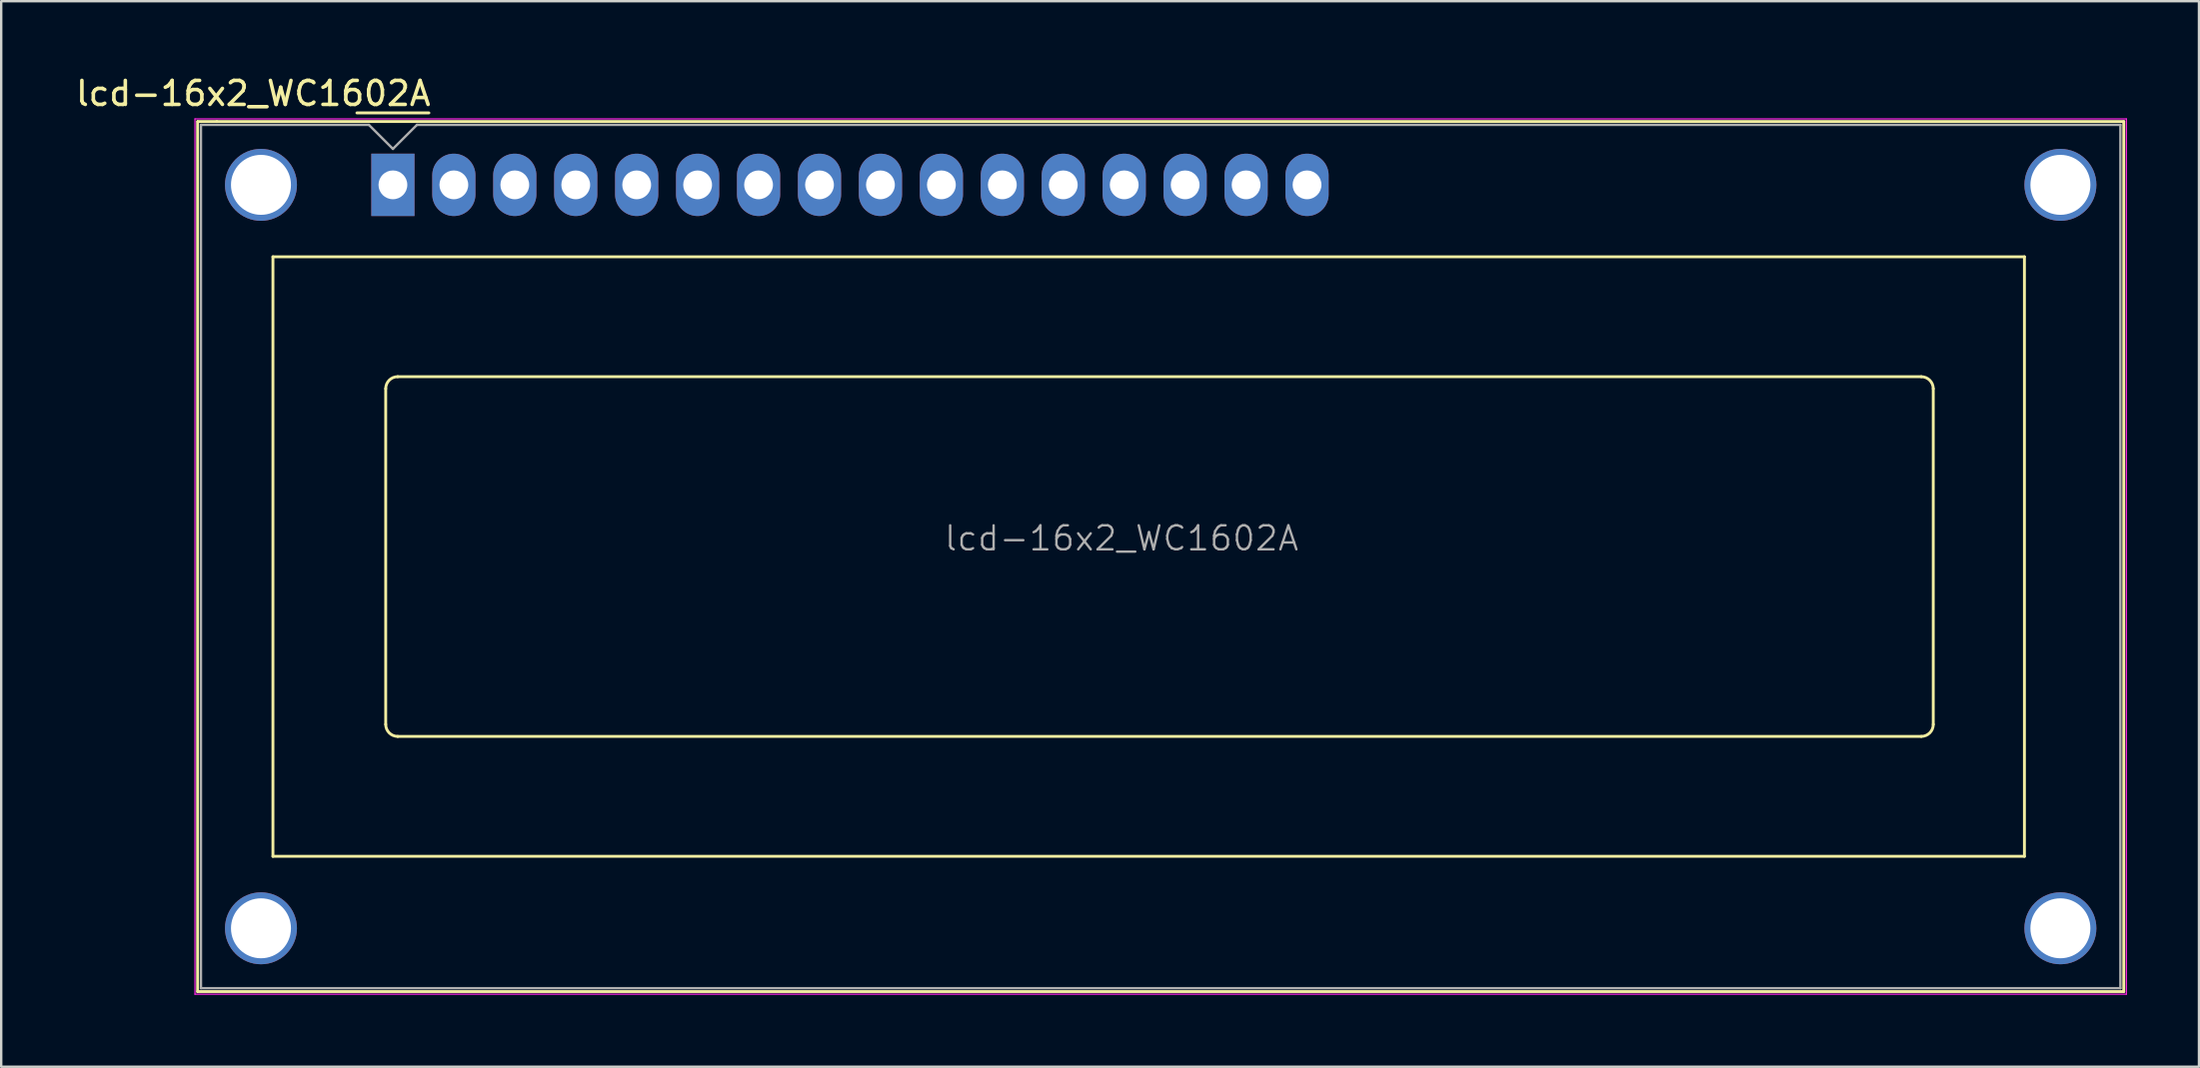
<source format=kicad_pcb>
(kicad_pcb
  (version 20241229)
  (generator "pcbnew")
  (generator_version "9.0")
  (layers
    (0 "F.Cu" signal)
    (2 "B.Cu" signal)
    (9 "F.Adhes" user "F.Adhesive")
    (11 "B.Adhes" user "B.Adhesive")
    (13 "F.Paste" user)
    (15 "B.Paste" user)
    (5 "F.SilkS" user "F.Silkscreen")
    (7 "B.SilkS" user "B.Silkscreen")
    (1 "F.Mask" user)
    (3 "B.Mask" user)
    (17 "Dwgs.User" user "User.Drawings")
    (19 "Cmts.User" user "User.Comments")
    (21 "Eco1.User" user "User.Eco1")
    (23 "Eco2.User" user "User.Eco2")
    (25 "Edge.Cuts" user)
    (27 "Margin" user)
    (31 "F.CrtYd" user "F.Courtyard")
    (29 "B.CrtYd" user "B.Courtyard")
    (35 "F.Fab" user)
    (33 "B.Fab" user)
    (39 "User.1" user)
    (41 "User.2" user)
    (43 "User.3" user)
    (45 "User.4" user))
  (footprint "lcd-16x2_WC1602A"
    (layer "F.Cu")
    (at 13.326 4.658)
    (property "Reference" "lcd-16x2_WC1602A" (at -5.82 -3.81 0) (layer "F.SilkS") (effects (font (size 1 1) (thickness 0.15))))
    (attr through_hole)
    (fp_line (start -8.14 -2.64) (end -8.14 33.64) (stroke (width 0.12) (type solid)) (layer "F.SilkS"))
    (fp_line (start -8.14 33.64) (end 72.14 33.64) (stroke (width 0.12) (type solid)) (layer "F.SilkS"))
    (fp_line (start -8.13 -2.64) (end -7.34 -2.64) (stroke (width 0.12) (type solid)) (layer "F.SilkS"))
    (fp_line (start -5 3) (end 68 3) (stroke (width 0.12) (type solid)) (layer "F.SilkS"))
    (fp_line (start -5 28) (end -5 3) (stroke (width 0.12) (type solid)) (layer "F.SilkS"))
    (fp_line (start -1.5 -3) (end 1.5 -3) (stroke (width 0.12) (type solid)) (layer "F.SilkS"))
    (fp_line (start -0.3 22.499) (end -0.3 8.5) (stroke (width 0.12) (type solid)) (layer "F.SilkS"))
    (fp_line (start 0.2 8) (end 63.7 8) (stroke (width 0.12) (type solid)) (layer "F.SilkS"))
    (fp_line (start 63.701 23) (end 0.2 23) (stroke (width 0.12) (type solid)) (layer "F.SilkS"))
    (fp_line (start 64.2 8.5) (end 64.2 22.5) (stroke (width 0.12) (type solid)) (layer "F.SilkS"))
    (fp_line (start 68 3) (end 68 28) (stroke (width 0.12) (type solid)) (layer "F.SilkS"))
    (fp_line (start 68 28) (end -5 28) (stroke (width 0.12) (type solid)) (layer "F.SilkS"))
    (fp_line (start 72.14 -2.64) (end -7.34 -2.64) (stroke (width 0.12) (type solid)) (layer "F.SilkS"))
    (fp_line (start 72.14 33.64) (end 72.14 -2.64) (stroke (width 0.12) (type solid)) (layer "F.SilkS"))
    (fp_arc (start -0.29972 8.49884) (mid -0.153162 8.145018) (end 0.20066 7.99846) (stroke (width 0.12) (type solid)) (layer "F.SilkS"))
    (fp_arc (start 0.20066 22.9997) (mid -0.153162 22.853142) (end -0.29972 22.49932) (stroke (width 0.12) (type solid)) (layer "F.SilkS"))
    (fp_arc (start 63.7 8) (mid 64.053553 8.146447) (end 64.2 8.5) (stroke (width 0.12) (type solid)) (layer "F.SilkS"))
    (fp_arc (start 64.20104 22.49932) (mid 64.054482 22.853142) (end 63.70066 22.9997) (stroke (width 0.12) (type solid)) (layer "F.SilkS"))
    (fp_line (start -8.25 -2.75) (end -8.25 33.75) (stroke (width 0.05) (type solid)) (layer "F.CrtYd"))
    (fp_line (start -8.25 -2.75) (end 72.25 -2.75) (stroke (width 0.05) (type solid)) (layer "F.CrtYd"))
    (fp_line (start -8.25 33.75) (end 72.25 33.75) (stroke (width 0.05) (type solid)) (layer "F.CrtYd"))
    (fp_line (start 72.25 -2.75) (end 72.25 33.75) (stroke (width 0.05) (type solid)) (layer "F.CrtYd"))
    (fp_line (start -8 33.5) (end -8 -2.5) (stroke (width 0.1) (type solid)) (layer "F.Fab"))
    (fp_line (start -1 -2.5) (end -8 -2.5) (stroke (width 0.1) (type solid)) (layer "F.Fab"))
    (fp_line (start 0 -1.5) (end -1 -2.5) (stroke (width 0.1) (type solid)) (layer "F.Fab"))
    (fp_line (start 1 -2.5) (end 0 -1.5) (stroke (width 0.1) (type solid)) (layer "F.Fab"))
    (fp_line (start 1 -2.5) (end 72 -2.5) (stroke (width 0.1) (type solid)) (layer "F.Fab"))
    (fp_line (start 72 -2.5) (end 72 33.5) (stroke (width 0.1) (type solid)) (layer "F.Fab"))
    (fp_line (start 72 33.5) (end -8 33.5) (stroke (width 0.1) (type solid)) (layer "F.Fab"))
    (fp_text user "${REFERENCE}" (at 30.37 14.74 0) (layer "F.Fab") (effects (font (size 1 1) (thickness 0.1))))
    (pad "" thru_hole circle (at -5.499 0) (size 3 3) (drill 2.5) (layers "*.Cu" "*.Mask"))
    (pad "" thru_hole circle (at -5.499 31.001) (size 3 3) (drill 2.5) (layers "*.Cu" "*.Mask"))
    (pad "" thru_hole circle (at 69.499 31.001) (size 3 3) (drill 2.5) (layers "*.Cu" "*.Mask"))
    (pad "" thru_hole circle (at 69.5 0) (size 3 3) (drill 2.5) (layers "*.Cu" "*.Mask"))
    (pad "1" thru_hole rect (at 0 0) (size 1.8 2.6) (drill 1.2) (layers "*.Cu" "*.Mask"))
    (pad "2" thru_hole oval (at 2.54 0) (size 1.8 2.6) (drill 1.2) (layers "*.Cu" "*.Mask"))
    (pad "3" thru_hole oval (at 5.08 0) (size 1.8 2.6) (drill 1.2) (layers "*.Cu" "*.Mask"))
    (pad "4" thru_hole oval (at 7.62 0) (size 1.8 2.6) (drill 1.2) (layers "*.Cu" "*.Mask"))
    (pad "5" thru_hole oval (at 10.16 0) (size 1.8 2.6) (drill 1.2) (layers "*.Cu" "*.Mask"))
    (pad "6" thru_hole oval (at 12.7 0) (size 1.8 2.6) (drill 1.2) (layers "*.Cu" "*.Mask"))
    (pad "7" thru_hole oval (at 15.24 0) (size 1.8 2.6) (drill 1.2) (layers "*.Cu" "*.Mask"))
    (pad "8" thru_hole oval (at 17.78 0) (size 1.8 2.6) (drill 1.2) (layers "*.Cu" "*.Mask"))
    (pad "9" thru_hole oval (at 20.32 0) (size 1.8 2.6) (drill 1.2) (layers "*.Cu" "*.Mask"))
    (pad "10" thru_hole oval (at 22.86 0) (size 1.8 2.6) (drill 1.2) (layers "*.Cu" "*.Mask"))
    (pad "11" thru_hole oval (at 25.4 0) (size 1.8 2.6) (drill 1.2) (layers "*.Cu" "*.Mask"))
    (pad "12" thru_hole oval (at 27.94 0) (size 1.8 2.6) (drill 1.2) (layers "*.Cu" "*.Mask"))
    (pad "13" thru_hole oval (at 30.48 0) (size 1.8 2.6) (drill 1.2) (layers "*.Cu" "*.Mask"))
    (pad "14" thru_hole oval (at 33.02 0) (size 1.8 2.6) (drill 1.2) (layers "*.Cu" "*.Mask"))
    (pad "15" thru_hole oval (at 35.56 0) (size 1.8 2.6) (drill 1.2) (layers "*.Cu" "*.Mask"))
    (pad "16" thru_hole oval (at 38.1 0) (size 1.8 2.6) (drill 1.2) (layers "*.Cu" "*.Mask")))
  (gr_rect
    (start -3 -3)
    (end 88.601 41.433)
    (stroke (width 0.1) (type default))
    (fill no)
    (layer "Edge.Cuts")))
</source>
